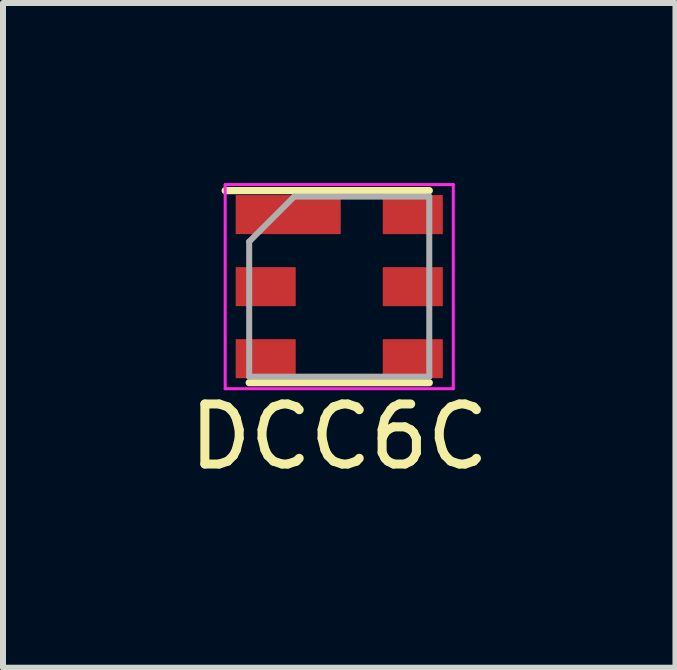
<source format=kicad_pcb>
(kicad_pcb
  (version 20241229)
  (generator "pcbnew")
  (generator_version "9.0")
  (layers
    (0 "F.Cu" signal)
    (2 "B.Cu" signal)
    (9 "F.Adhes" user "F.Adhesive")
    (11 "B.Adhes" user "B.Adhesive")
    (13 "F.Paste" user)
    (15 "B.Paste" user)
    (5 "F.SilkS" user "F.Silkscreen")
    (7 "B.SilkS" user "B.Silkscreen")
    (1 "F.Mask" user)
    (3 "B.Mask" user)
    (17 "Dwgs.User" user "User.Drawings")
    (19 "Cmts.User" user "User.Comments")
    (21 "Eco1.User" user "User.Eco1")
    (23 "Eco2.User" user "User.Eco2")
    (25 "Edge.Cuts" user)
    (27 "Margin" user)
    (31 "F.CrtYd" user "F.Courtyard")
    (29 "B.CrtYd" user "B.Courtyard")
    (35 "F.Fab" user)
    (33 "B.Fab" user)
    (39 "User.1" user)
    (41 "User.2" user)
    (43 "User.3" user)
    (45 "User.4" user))
  (footprint "DCC6C"
    (layer "F.Cu")
    (at 2.601 1.725)
    (property "Reference" "DCC6C" (at 0 2.5 0) (layer "F.SilkS") (effects (font (size 1 1) (thickness 0.15))))
    (attr through_hole)
    (fp_line (start -1.9 -1.6) (end 1.5 -1.6) (stroke (width 0.12) (type solid)) (layer "F.SilkS"))
    (fp_line (start 1.5 1.6) (end -1.5 1.6) (stroke (width 0.12) (type solid)) (layer "F.SilkS"))
    (fp_line (start -1.9 -1.7) (end 1.9 -1.7) (stroke (width 0.05) (type solid)) (layer "F.CrtYd"))
    (fp_line (start -1.9 1.7) (end -1.9 -1.7) (stroke (width 0.05) (type solid)) (layer "F.CrtYd"))
    (fp_line (start 1.9 -1.7) (end 1.9 1.7) (stroke (width 0.05) (type solid)) (layer "F.CrtYd"))
    (fp_line (start 1.9 1.7) (end -1.9 1.7) (stroke (width 0.05) (type solid)) (layer "F.CrtYd"))
    (fp_line (start -1.5 -0.75) (end -0.75 -1.5) (stroke (width 0.1) (type solid)) (layer "F.Fab"))
    (fp_line (start -1.5 1.5) (end -1.5 -0.75) (stroke (width 0.1) (type solid)) (layer "F.Fab"))
    (fp_line (start -0.75 -1.5) (end 1.5 -1.5) (stroke (width 0.1) (type solid)) (layer "F.Fab"))
    (fp_line (start 1.5 -1.5) (end 1.5 1.5) (stroke (width 0.1) (type solid)) (layer "F.Fab"))
    (fp_line (start 1.5 1.5) (end -1.5 1.5) (stroke (width 0.1) (type solid)) (layer "F.Fab"))
    (pad "1" smd rect (at -0.85 -1.2) (size 1.75 0.65) (layers "F.Cu" "F.Mask" "F.Paste"))
    (pad "2" smd rect (at -1.225 0) (size 1 0.65) (layers "F.Cu" "F.Mask" "F.Paste"))
    (pad "3" smd rect (at -1.225 1.2) (size 1 0.65) (layers "F.Cu" "F.Mask" "F.Paste"))
    (pad "4" smd rect (at 1.225 1.2 180) (size 1 0.65) (layers "F.Cu" "F.Mask" "F.Paste"))
    (pad "5" smd rect (at 1.225 0) (size 1 0.65) (layers "F.Cu" "F.Mask" "F.Paste"))
    (pad "6" smd rect (at 1.225 -1.2) (size 1 0.65) (layers "F.Cu" "F.Mask" "F.Paste")))
  (gr_rect
    (start -3 -3)
    (end 8.202 8.073)
    (stroke (width 0.1) (type default))
    (fill no)
    (layer "Edge.Cuts")))
</source>
